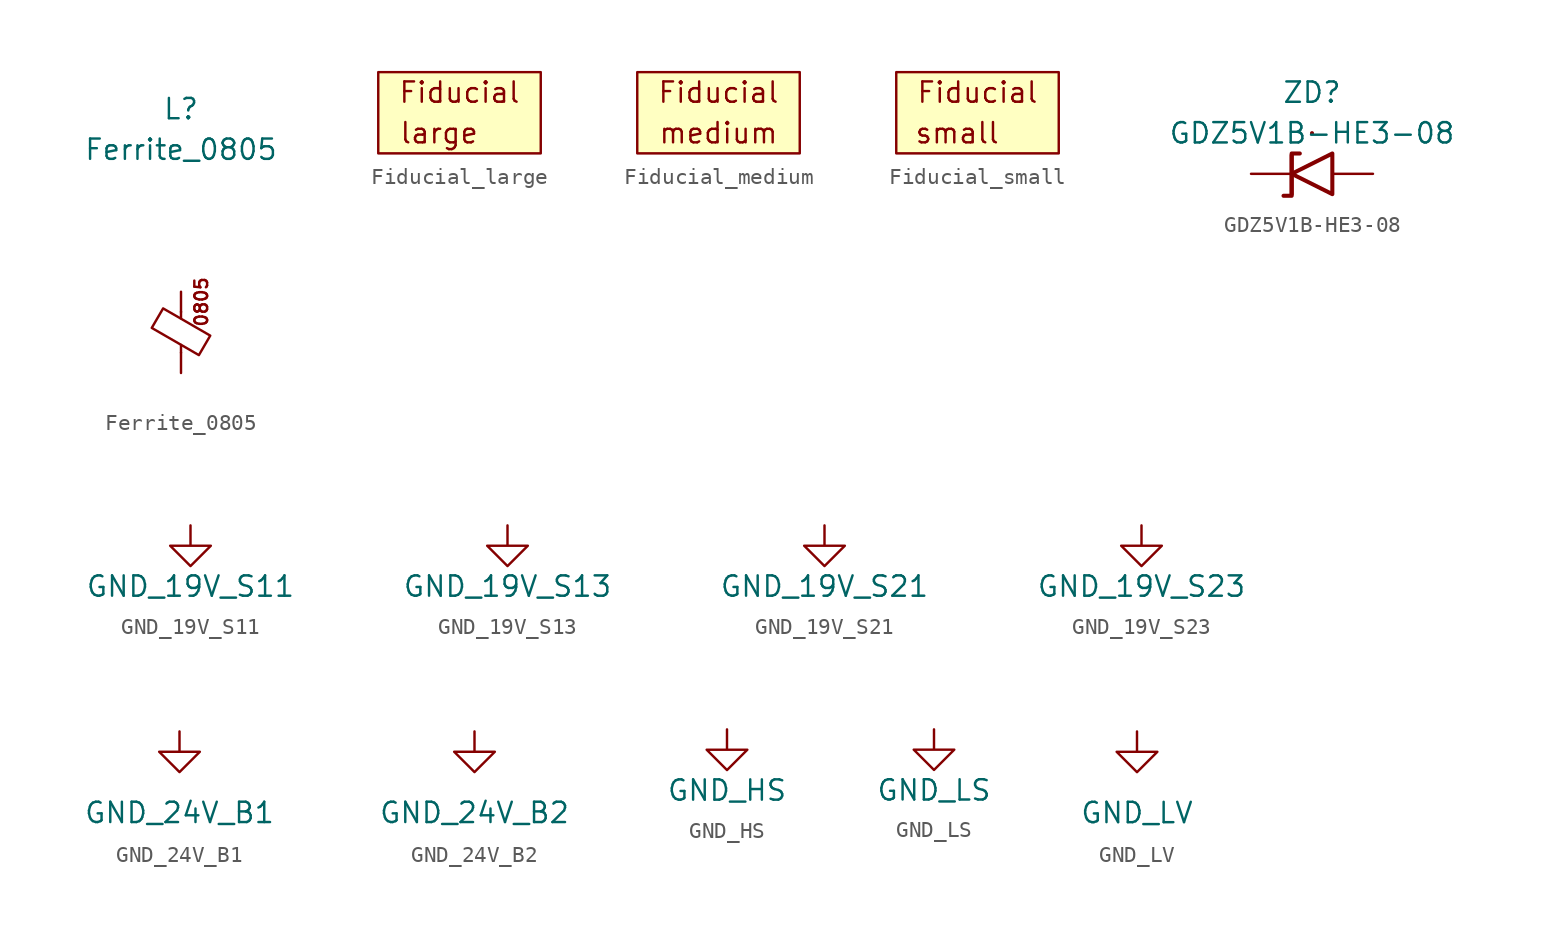
<source format=kicad_sym>
(kicad_symbol_lib
  (version 20220914)
  (generator kicad_symbol_editor)
  (symbol "Ferrite_0805"
    (pin_numbers hide)
    (pin_names
      (offset 1.016) hide)
    (property "Reference" "L"
      (at 0 13.97 0)
      (effects (font (size 1.27 1.27))))
    (property "Value" "Ferrite_0805"
      (at 0 11.43 0)
      (effects (font (size 1.27 1.27))))
    (symbol "Ferrite_0805_1_1"
      (polyline (pts (xy 0 -1.27) (xy 0 -0.787)) (stroke (width 0) (type default)) (fill (type none)))
      (polyline (pts (xy 0 0.889) (xy 0 1.295)) (stroke (width 0) (type default)) (fill (type none)))
      (polyline (pts (xy -1.829 0.279) (xy -1.118 1.499) (xy 1.829 -0.203) (xy 1.118 -1.422) (xy -1.829 0.279)) (stroke (width 0) (type default)) (fill (type none)))
      (text "0805" (at 1.27 1.905 900) (effects (font (size 0.8 0.8))))
      (pin passive line (at 0 2.54 270) (length 1.27) (name "1" (effects (font (size 1.27 1.27)))) (number "1" (effects (font (size 1.27 1.27)))))
      (pin passive line (at 0 -2.54 90) (length 1.27) (name "2" (effects (font (size 1.27 1.27)))) (number "2" (effects (font (size 1.27 1.27)))))))
  (symbol "Fiducial_large"
    (pin_numbers hide)
    (pin_names hide)
    (property "Reference" "O"
      (at -3.81 3.81 0)
      (effects (font (size 1.27 1.27)) hide))
    (symbol "Fiducial_large_0_0"
      (text "Fiducial" (at 0 1.27 0) (effects (font (size 1.27 1.27))))
      (text "large" (at -1.27 -1.27 0) (effects (font (size 1.27 1.27)))))
    (symbol "Fiducial_large_0_1"
      (rectangle (start -5.08 2.54) (end 5.08 -2.54) (stroke (width 0) (type default)) (fill (type background)))))
  (symbol "Fiducial_medium"
    (pin_numbers hide)
    (pin_names hide)
    (property "Reference" "O"
      (at -3.81 3.81 0)
      (effects (font (size 1.27 1.27)) hide))
    (symbol "Fiducial_medium_0_0"
      (text "Fiducial" (at 0 1.27 0) (effects (font (size 1.27 1.27))))
      (text "medium" (at 0 -1.27 0) (effects (font (size 1.27 1.27)))))
    (symbol "Fiducial_medium_0_1"
      (rectangle (start -5.08 2.54) (end 5.08 -2.54) (stroke (width 0) (type default)) (fill (type background)))))
  (symbol "Fiducial_small"
    (pin_numbers hide)
    (pin_names hide)
    (property "Reference" "O"
      (at -3.81 3.81 0)
      (effects (font (size 1.27 1.27)) hide))
    (symbol "Fiducial_small_0_0"
      (text "Fiducial" (at 0 1.27 0) (effects (font (size 1.27 1.27))))
      (text "small" (at -1.27 -1.27 0) (effects (font (size 1.27 1.27)))))
    (symbol "Fiducial_small_0_1"
      (rectangle (start -5.08 2.54) (end 5.08 -2.54) (stroke (width 0) (type default)) (fill (type background)))))
  (symbol "GDZ5V1B-HE3-08"
    (pin_numbers hide)
    (pin_names
      (offset 1.016) hide)
    (property "Reference" "ZD"
      (at 0 5.08 0)
      (effects (font (size 1.27 1.27))))
    (property "Value" "GDZ5V1B-HE3-08"
      (at 0 2.54 0)
      (effects (font (size 1.27 1.27))))
    (symbol "GDZ5V1B-HE3-08_1_1"
      (polyline (pts (xy 0 2.54) (xy 0 2.54)) (stroke (width 0.254) (type default)) (fill (type none)))
      (polyline (pts (xy -1.27 -1.27) (xy -1.27 1.27) (xy -0.762 1.27)) (stroke (width 0.254) (type default)) (fill (type none)))
      (polyline (pts (xy -1.27 1.168) (xy -1.27 -1.372) (xy -1.778 -1.372)) (stroke (width 0.254) (type default)) (fill (type none)))
      (polyline (pts (xy 1.27 -1.27) (xy 1.27 1.27) (xy -1.27 0) (xy 1.27 -1.27)) (stroke (width 0.254) (type default)) (fill (type none)))
      (pin passive line (at 3.81 0 180) (length 2.54) (name "A" (effects (font (size 1.27 1.27)))) (number "A" (effects (font (size 1.27 1.27)))))
      (pin passive line (at -3.81 0 0) (length 2.54) (name "C" (effects (font (size 1.27 1.27)))) (number "C" (effects (font (size 1.27 1.27)))))))
  (symbol "GND_19V_S11"
    (power)
    (pin_numbers hide)
    (pin_names
      (offset 0))
    (property "Reference" "#PWR"
      (at 2.54 -2.54 90)
      (effects (font (size 1.27 1.27)) hide))
    (property "Value" "GND_19V_S11"
      (at 0 -3.81 0)
      (effects (font (size 1.27 1.27))))
    (symbol "GND_19V_S11_1_1"
      (polyline (pts (xy 0 0) (xy 0 -1.27) (xy 1.27 -1.27) (xy 0 -2.54) (xy -1.27 -1.27) (xy 0 -1.27)) (stroke (width 0) (type default)) (fill (type none)))
      (pin power_in line (at 0 0 90) (length 0) hide (name "GND_19V_S11" (effects (font (size 1.27 1.27)))) (number "1" (effects (font (size 1.27 1.27)))))))
  (symbol "GND_19V_S13"
    (power)
    (pin_numbers hide)
    (pin_names
      (offset 0))
    (property "Reference" "#PWR"
      (at 2.54 -2.54 90)
      (effects (font (size 1.27 1.27)) hide))
    (property "Value" "GND_19V_S13"
      (at 0 -3.81 0)
      (effects (font (size 1.27 1.27))))
    (symbol "GND_19V_S13_1_1"
      (polyline (pts (xy 0 0) (xy 0 -1.27) (xy 1.27 -1.27) (xy 0 -2.54) (xy -1.27 -1.27) (xy 0 -1.27)) (stroke (width 0) (type default)) (fill (type none)))
      (pin power_in line (at 0 0 90) (length 0) hide (name "GND_19V_S13" (effects (font (size 1.27 1.27)))) (number "1" (effects (font (size 1.27 1.27)))))))
  (symbol "GND_19V_S21"
    (power)
    (pin_numbers hide)
    (pin_names
      (offset 0))
    (property "Reference" "#PWR"
      (at 2.54 -2.54 90)
      (effects (font (size 1.27 1.27)) hide))
    (property "Value" "GND_19V_S21"
      (at 0 -3.81 0)
      (effects (font (size 1.27 1.27))))
    (symbol "GND_19V_S21_1_1"
      (polyline (pts (xy 0 0) (xy 0 -1.27) (xy 1.27 -1.27) (xy 0 -2.54) (xy -1.27 -1.27) (xy 0 -1.27)) (stroke (width 0) (type default)) (fill (type none)))
      (pin power_in line (at 0 0 90) (length 0) hide (name "GND_19V_S21" (effects (font (size 1.27 1.27)))) (number "1" (effects (font (size 1.27 1.27)))))))
  (symbol "GND_19V_S23"
    (power)
    (pin_numbers hide)
    (pin_names
      (offset 0))
    (property "Reference" "#PWR"
      (at 2.54 -2.54 90)
      (effects (font (size 1.27 1.27)) hide))
    (property "Value" "GND_19V_S23"
      (at 0 -3.81 0)
      (effects (font (size 1.27 1.27))))
    (symbol "GND_19V_S23_1_1"
      (polyline (pts (xy 0 0) (xy 0 -1.27) (xy 1.27 -1.27) (xy 0 -2.54) (xy -1.27 -1.27) (xy 0 -1.27)) (stroke (width 0) (type default)) (fill (type none)))
      (pin power_in line (at 0 0 90) (length 0) hide (name "GND_19V_S23" (effects (font (size 1.27 1.27)))) (number "1" (effects (font (size 1.27 1.27)))))))
  (symbol "GND_24V_B1"
    (power)
    (pin_numbers hide)
    (pin_names
      (offset 0))
    (property "Reference" "#PWR"
      (at 2.54 -2.54 90)
      (effects (font (size 1.27 1.27)) hide))
    (property "Value" "GND_24V_B1"
      (at 0 -5.08 0)
      (effects (font (size 1.27 1.27))))
    (symbol "GND_24V_B1_1_1"
      (polyline (pts (xy 0 0) (xy 0 -1.27) (xy 1.27 -1.27) (xy 0 -2.54) (xy -1.27 -1.27) (xy 0 -1.27)) (stroke (width 0) (type default)) (fill (type none)))
      (pin power_in line (at 0 0 90) (length 0) hide (name "GND_24V_B1" (effects (font (size 1.27 1.27)))) (number "1" (effects (font (size 1.27 1.27)))))))
  (symbol "GND_24V_B2"
    (power)
    (pin_numbers hide)
    (pin_names
      (offset 0))
    (property "Reference" "#PWR"
      (at 2.54 -2.54 90)
      (effects (font (size 1.27 1.27)) hide))
    (property "Value" "GND_24V_B2"
      (at 0 -5.08 0)
      (effects (font (size 1.27 1.27))))
    (symbol "GND_24V_B2_1_1"
      (polyline (pts (xy 0 0) (xy 0 -1.27) (xy 1.27 -1.27) (xy 0 -2.54) (xy -1.27 -1.27) (xy 0 -1.27)) (stroke (width 0) (type default)) (fill (type none)))
      (pin power_in line (at 0 0 90) (length 0) hide (name "GND_24V_B2" (effects (font (size 1.27 1.27)))) (number "1" (effects (font (size 1.27 1.27)))))))
  (symbol "GND_HS"
    (power)
    (pin_numbers hide)
    (pin_names
      (offset 0))
    (property "Reference" "#PWR"
      (at 2.54 -2.54 90)
      (effects (font (size 1.27 1.27)) hide))
    (property "Value" "GND_HS"
      (at 0 -3.81 0)
      (effects (font (size 1.27 1.27))))
    (symbol "GND_HS_1_1"
      (polyline (pts (xy 0 0) (xy 0 -1.27) (xy 1.27 -1.27) (xy 0 -2.54) (xy -1.27 -1.27) (xy 0 -1.27)) (stroke (width 0) (type default)) (fill (type none)))
      (pin power_in line (at 0 0 90) (length 0) hide (name "GND_HS" (effects (font (size 1.27 1.27)))) (number "1" (effects (font (size 1.27 1.27)))))))
  (symbol "GND_LS"
    (power)
    (pin_numbers hide)
    (pin_names
      (offset 0))
    (property "Reference" "#PWR"
      (at 2.54 -2.54 90)
      (effects (font (size 1.27 1.27)) hide))
    (property "Value" "GND_LS"
      (at 0 -3.81 0)
      (effects (font (size 1.27 1.27))))
    (symbol "GND_LS_1_1"
      (polyline (pts (xy 0 0) (xy 0 -1.27) (xy 1.27 -1.27) (xy 0 -2.54) (xy -1.27 -1.27) (xy 0 -1.27)) (stroke (width 0) (type default)) (fill (type none)))
      (pin power_in line (at 0 0 90) (length 0) hide (name "GND_LS" (effects (font (size 1.27 1.27)))) (number "1" (effects (font (size 1.27 1.27)))))))
  (symbol "GND_LV"
    (power)
    (pin_numbers hide)
    (pin_names
      (offset 0))
    (property "Reference" "#PWR"
      (at 2.54 -2.54 90)
      (effects (font (size 1.27 1.27)) hide))
    (property "Value" "GND_LV"
      (at 0 -5.08 0)
      (effects (font (size 1.27 1.27))))
    (symbol "GND_LV_1_1"
      (polyline (pts (xy 0 0) (xy 0 -1.27) (xy 1.27 -1.27) (xy 0 -2.54) (xy -1.27 -1.27) (xy 0 -1.27)) (stroke (width 0) (type default)) (fill (type none)))
      (pin power_in line (at 0 0 90) (length 0) hide (name "GND_LV" (effects (font (size 1.27 1.27)))) (number "1" (effects (font (size 1.27 1.27))))))))
</source>
